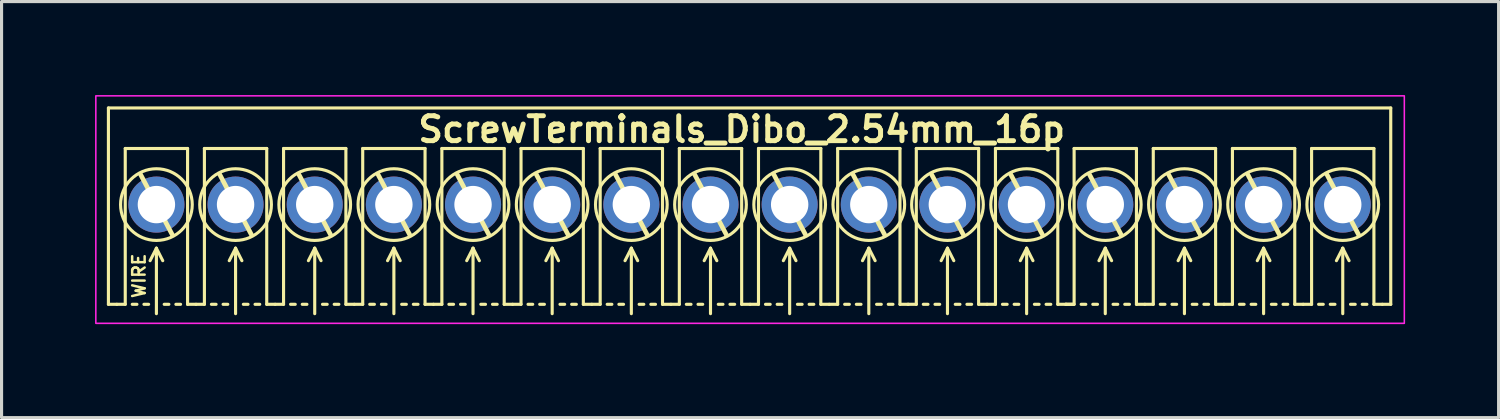
<source format=kicad_pcb>
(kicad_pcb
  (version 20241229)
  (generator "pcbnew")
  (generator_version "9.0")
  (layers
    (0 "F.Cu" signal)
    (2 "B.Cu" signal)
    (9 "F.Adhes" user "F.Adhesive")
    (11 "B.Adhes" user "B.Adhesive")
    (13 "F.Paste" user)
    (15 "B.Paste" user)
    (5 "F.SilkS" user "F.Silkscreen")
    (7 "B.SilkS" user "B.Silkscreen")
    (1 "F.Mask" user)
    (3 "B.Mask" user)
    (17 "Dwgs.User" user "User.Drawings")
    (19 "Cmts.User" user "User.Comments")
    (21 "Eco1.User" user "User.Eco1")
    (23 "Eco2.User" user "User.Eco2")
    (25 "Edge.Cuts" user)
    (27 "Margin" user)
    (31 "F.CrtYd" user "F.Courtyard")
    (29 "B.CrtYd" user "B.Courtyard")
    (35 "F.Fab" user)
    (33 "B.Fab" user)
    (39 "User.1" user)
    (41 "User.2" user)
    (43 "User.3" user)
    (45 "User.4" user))
  (footprint "ScrewTerminals_Dibo_2.54mm_16p"
    (layer "F.Cu")
    (at 21.019 3.515)
    (property "Reference" "ScrewTerminals_Dibo_2.54mm_16p" (at -0.27 -2.413 0) (unlocked yes) (layer "F.SilkS") (effects (font (size 0.8 0.8) (thickness 0.16) (bold yes))))
    (attr through_hole)
    (fp_line (start -20.59 -3.1) (end 20.558 -3.1) (stroke (width 0.1) (type default)) (layer "F.SilkS"))
    (fp_line (start -20.59 3.2) (end -20.59 -3.1) (stroke (width 0.1) (type default)) (layer "F.SilkS"))
    (fp_line (start -20.59 3.2) (end -20.32 3.2) (stroke (width 0.1) (type default)) (layer "F.SilkS"))
    (fp_line (start -20.32 3.2) (end -20.05 3.2) (stroke (width 0.1) (type default)) (layer "F.SilkS"))
    (fp_line (start -20.05 -1.8) (end -18.05 -1.8) (stroke (width 0.1) (type solid)) (layer "F.SilkS"))
    (fp_line (start -20.05 3.2) (end -20.05 -1.8) (stroke (width 0.1) (type solid)) (layer "F.SilkS"))
    (fp_line (start -19.825 3.2) (end -19.675 3.2) (stroke (width 0.1) (type default)) (layer "F.SilkS"))
    (fp_line (start -19.558 -0.965) (end -18.542 0.965) (stroke (width 0.15) (type default)) (layer "F.SilkS"))
    (fp_line (start -19.45 3.2) (end -19.3 3.2) (stroke (width 0.1) (type default)) (layer "F.SilkS"))
    (fp_line (start -19.05 1.4) (end -19.253 1.8) (stroke (width 0.1) (type default)) (layer "F.SilkS"))
    (fp_line (start -19.05 1.4) (end -18.847 1.8) (stroke (width 0.1) (type default)) (layer "F.SilkS"))
    (fp_line (start -19.05 3.5) (end -19.05 1.4) (stroke (width 0.1) (type default)) (layer "F.SilkS"))
    (fp_line (start -18.8 3.2) (end -18.65 3.2) (stroke (width 0.1) (type default)) (layer "F.SilkS"))
    (fp_line (start -18.425 3.2) (end -18.275 3.2) (stroke (width 0.1) (type default)) (layer "F.SilkS"))
    (fp_line (start -18.05 -1.8) (end -18.05 3.2) (stroke (width 0.1) (type solid)) (layer "F.SilkS"))
    (fp_line (start -18.05 3.2) (end -17.78 3.2) (stroke (width 0.1) (type default)) (layer "F.SilkS"))
    (fp_line (start -17.78 3.2) (end -17.51 3.2) (stroke (width 0.1) (type default)) (layer "F.SilkS"))
    (fp_line (start -17.51 -1.8) (end -15.51 -1.8) (stroke (width 0.1) (type solid)) (layer "F.SilkS"))
    (fp_line (start -17.51 3.2) (end -17.51 -1.8) (stroke (width 0.1) (type solid)) (layer "F.SilkS"))
    (fp_line (start -17.285 3.2) (end -17.135 3.2) (stroke (width 0.1) (type default)) (layer "F.SilkS"))
    (fp_line (start -17.018 -0.965) (end -16.002 0.965) (stroke (width 0.15) (type default)) (layer "F.SilkS"))
    (fp_line (start -16.91 3.2) (end -16.76 3.2) (stroke (width 0.1) (type default)) (layer "F.SilkS"))
    (fp_line (start -16.51 1.4) (end -16.713 1.8) (stroke (width 0.1) (type default)) (layer "F.SilkS"))
    (fp_line (start -16.51 1.4) (end -16.307 1.8) (stroke (width 0.1) (type default)) (layer "F.SilkS"))
    (fp_line (start -16.51 3.5) (end -16.51 1.4) (stroke (width 0.1) (type default)) (layer "F.SilkS"))
    (fp_line (start -16.26 3.2) (end -16.11 3.2) (stroke (width 0.1) (type default)) (layer "F.SilkS"))
    (fp_line (start -15.885 3.2) (end -15.735 3.2) (stroke (width 0.1) (type default)) (layer "F.SilkS"))
    (fp_line (start -15.51 -1.8) (end -15.51 3.2) (stroke (width 0.1) (type solid)) (layer "F.SilkS"))
    (fp_line (start -15.51 3.2) (end -15.24 3.2) (stroke (width 0.1) (type default)) (layer "F.SilkS"))
    (fp_line (start -15.24 3.2) (end -14.97 3.2) (stroke (width 0.1) (type default)) (layer "F.SilkS"))
    (fp_line (start -14.97 -1.8) (end -12.97 -1.8) (stroke (width 0.1) (type solid)) (layer "F.SilkS"))
    (fp_line (start -14.97 3.2) (end -14.97 -1.8) (stroke (width 0.1) (type solid)) (layer "F.SilkS"))
    (fp_line (start -14.745 3.2) (end -14.595 3.2) (stroke (width 0.1) (type default)) (layer "F.SilkS"))
    (fp_line (start -14.478 -0.965) (end -13.462 0.965) (stroke (width 0.15) (type default)) (layer "F.SilkS"))
    (fp_line (start -14.37 3.2) (end -14.22 3.2) (stroke (width 0.1) (type default)) (layer "F.SilkS"))
    (fp_line (start -13.97 1.4) (end -14.173 1.8) (stroke (width 0.1) (type default)) (layer "F.SilkS"))
    (fp_line (start -13.97 1.4) (end -13.767 1.8) (stroke (width 0.1) (type default)) (layer "F.SilkS"))
    (fp_line (start -13.97 3.5) (end -13.97 1.4) (stroke (width 0.1) (type default)) (layer "F.SilkS"))
    (fp_line (start -13.72 3.2) (end -13.57 3.2) (stroke (width 0.1) (type default)) (layer "F.SilkS"))
    (fp_line (start -13.345 3.2) (end -13.195 3.2) (stroke (width 0.1) (type default)) (layer "F.SilkS"))
    (fp_line (start -12.97 -1.8) (end -12.97 3.2) (stroke (width 0.1) (type solid)) (layer "F.SilkS"))
    (fp_line (start -12.97 3.2) (end -12.7 3.2) (stroke (width 0.1) (type default)) (layer "F.SilkS"))
    (fp_line (start -12.7 3.2) (end -12.43 3.2) (stroke (width 0.1) (type default)) (layer "F.SilkS"))
    (fp_line (start -12.43 -1.8) (end -10.43 -1.8) (stroke (width 0.1) (type solid)) (layer "F.SilkS"))
    (fp_line (start -12.43 3.2) (end -12.43 -1.8) (stroke (width 0.1) (type solid)) (layer "F.SilkS"))
    (fp_line (start -12.205 3.2) (end -12.055 3.2) (stroke (width 0.1) (type default)) (layer "F.SilkS"))
    (fp_line (start -11.938 -0.965) (end -10.922 0.965) (stroke (width 0.15) (type default)) (layer "F.SilkS"))
    (fp_line (start -11.83 3.2) (end -11.68 3.2) (stroke (width 0.1) (type default)) (layer "F.SilkS"))
    (fp_line (start -11.43 1.4) (end -11.633 1.8) (stroke (width 0.1) (type default)) (layer "F.SilkS"))
    (fp_line (start -11.43 1.4) (end -11.227 1.8) (stroke (width 0.1) (type default)) (layer "F.SilkS"))
    (fp_line (start -11.43 3.5) (end -11.43 1.4) (stroke (width 0.1) (type default)) (layer "F.SilkS"))
    (fp_line (start -11.18 3.2) (end -11.03 3.2) (stroke (width 0.1) (type default)) (layer "F.SilkS"))
    (fp_line (start -10.805 3.2) (end -10.655 3.2) (stroke (width 0.1) (type default)) (layer "F.SilkS"))
    (fp_line (start -10.43 -1.8) (end -10.43 3.2) (stroke (width 0.1) (type solid)) (layer "F.SilkS"))
    (fp_line (start -10.43 3.2) (end -10.16 3.2) (stroke (width 0.1) (type default)) (layer "F.SilkS"))
    (fp_line (start -10.16 3.2) (end -9.89 3.2) (stroke (width 0.1) (type default)) (layer "F.SilkS"))
    (fp_line (start -9.89 -1.8) (end -7.89 -1.8) (stroke (width 0.1) (type solid)) (layer "F.SilkS"))
    (fp_line (start -9.89 3.2) (end -9.89 -1.8) (stroke (width 0.1) (type solid)) (layer "F.SilkS"))
    (fp_line (start -9.665 3.2) (end -9.515 3.2) (stroke (width 0.1) (type default)) (layer "F.SilkS"))
    (fp_line (start -9.398 -0.965) (end -8.382 0.965) (stroke (width 0.15) (type default)) (layer "F.SilkS"))
    (fp_line (start -9.29 3.2) (end -9.14 3.2) (stroke (width 0.1) (type default)) (layer "F.SilkS"))
    (fp_line (start -8.89 1.4) (end -9.093 1.8) (stroke (width 0.1) (type default)) (layer "F.SilkS"))
    (fp_line (start -8.89 1.4) (end -8.687 1.8) (stroke (width 0.1) (type default)) (layer "F.SilkS"))
    (fp_line (start -8.89 3.5) (end -8.89 1.4) (stroke (width 0.1) (type default)) (layer "F.SilkS"))
    (fp_line (start -8.64 3.2) (end -8.49 3.2) (stroke (width 0.1) (type default)) (layer "F.SilkS"))
    (fp_line (start -8.265 3.2) (end -8.115 3.2) (stroke (width 0.1) (type default)) (layer "F.SilkS"))
    (fp_line (start -7.89 -1.8) (end -7.89 3.2) (stroke (width 0.1) (type solid)) (layer "F.SilkS"))
    (fp_line (start -7.89 3.2) (end -7.62 3.2) (stroke (width 0.1) (type default)) (layer "F.SilkS"))
    (fp_line (start -7.62 3.2) (end -7.35 3.2) (stroke (width 0.1) (type default)) (layer "F.SilkS"))
    (fp_line (start -7.35 -1.8) (end -5.35 -1.8) (stroke (width 0.1) (type solid)) (layer "F.SilkS"))
    (fp_line (start -7.35 3.2) (end -7.35 -1.8) (stroke (width 0.1) (type solid)) (layer "F.SilkS"))
    (fp_line (start -7.125 3.2) (end -6.975 3.2) (stroke (width 0.1) (type default)) (layer "F.SilkS"))
    (fp_line (start -6.858 -0.965) (end -5.842 0.965) (stroke (width 0.15) (type default)) (layer "F.SilkS"))
    (fp_line (start -6.75 3.2) (end -6.6 3.2) (stroke (width 0.1) (type default)) (layer "F.SilkS"))
    (fp_line (start -6.35 1.4) (end -6.553 1.8) (stroke (width 0.1) (type default)) (layer "F.SilkS"))
    (fp_line (start -6.35 1.4) (end -6.147 1.8) (stroke (width 0.1) (type default)) (layer "F.SilkS"))
    (fp_line (start -6.35 3.5) (end -6.35 1.4) (stroke (width 0.1) (type default)) (layer "F.SilkS"))
    (fp_line (start -6.1 3.2) (end -5.95 3.2) (stroke (width 0.1) (type default)) (layer "F.SilkS"))
    (fp_line (start -5.725 3.2) (end -5.575 3.2) (stroke (width 0.1) (type default)) (layer "F.SilkS"))
    (fp_line (start -5.35 -1.8) (end -5.35 3.2) (stroke (width 0.1) (type solid)) (layer "F.SilkS"))
    (fp_line (start -5.35 3.2) (end -5.08 3.2) (stroke (width 0.1) (type default)) (layer "F.SilkS"))
    (fp_line (start -5.08 3.2) (end -4.81 3.2) (stroke (width 0.1) (type default)) (layer "F.SilkS"))
    (fp_line (start -4.81 -1.8) (end -2.81 -1.8) (stroke (width 0.1) (type solid)) (layer "F.SilkS"))
    (fp_line (start -4.81 3.2) (end -4.81 -1.8) (stroke (width 0.1) (type solid)) (layer "F.SilkS"))
    (fp_line (start -4.585 3.2) (end -4.435 3.2) (stroke (width 0.1) (type default)) (layer "F.SilkS"))
    (fp_line (start -4.318 -0.965) (end -3.302 0.965) (stroke (width 0.15) (type default)) (layer "F.SilkS"))
    (fp_line (start -4.21 3.2) (end -4.06 3.2) (stroke (width 0.1) (type default)) (layer "F.SilkS"))
    (fp_line (start -3.81 1.4) (end -4.013 1.8) (stroke (width 0.1) (type default)) (layer "F.SilkS"))
    (fp_line (start -3.81 1.4) (end -3.607 1.8) (stroke (width 0.1) (type default)) (layer "F.SilkS"))
    (fp_line (start -3.81 3.5) (end -3.81 1.4) (stroke (width 0.1) (type default)) (layer "F.SilkS"))
    (fp_line (start -3.56 3.2) (end -3.41 3.2) (stroke (width 0.1) (type default)) (layer "F.SilkS"))
    (fp_line (start -3.185 3.2) (end -3.035 3.2) (stroke (width 0.1) (type default)) (layer "F.SilkS"))
    (fp_line (start -2.81 -1.8) (end -2.81 3.2) (stroke (width 0.1) (type solid)) (layer "F.SilkS"))
    (fp_line (start -2.81 3.2) (end -2.54 3.2) (stroke (width 0.1) (type default)) (layer "F.SilkS"))
    (fp_line (start -2.54 3.2) (end -2.27 3.2) (stroke (width 0.1) (type default)) (layer "F.SilkS"))
    (fp_line (start -2.27 -1.8) (end -0.27 -1.8) (stroke (width 0.1) (type solid)) (layer "F.SilkS"))
    (fp_line (start -2.27 3.2) (end -2.27 -1.8) (stroke (width 0.1) (type solid)) (layer "F.SilkS"))
    (fp_line (start -2.045 3.2) (end -1.895 3.2) (stroke (width 0.1) (type default)) (layer "F.SilkS"))
    (fp_line (start -1.778 -0.965) (end -0.762 0.965) (stroke (width 0.15) (type default)) (layer "F.SilkS"))
    (fp_line (start -1.67 3.2) (end -1.52 3.2) (stroke (width 0.1) (type default)) (layer "F.SilkS"))
    (fp_line (start -1.27 1.4) (end -1.473 1.8) (stroke (width 0.1) (type default)) (layer "F.SilkS"))
    (fp_line (start -1.27 1.4) (end -1.067 1.8) (stroke (width 0.1) (type default)) (layer "F.SilkS"))
    (fp_line (start -1.27 3.5) (end -1.27 1.4) (stroke (width 0.1) (type default)) (layer "F.SilkS"))
    (fp_line (start -1.02 3.2) (end -0.87 3.2) (stroke (width 0.1) (type default)) (layer "F.SilkS"))
    (fp_line (start -0.645 3.2) (end -0.495 3.2) (stroke (width 0.1) (type default)) (layer "F.SilkS"))
    (fp_line (start -0.27 -1.8) (end -0.27 3.2) (stroke (width 0.1) (type solid)) (layer "F.SilkS"))
    (fp_line (start -0.27 3.2) (end 0 3.2) (stroke (width 0.1) (type default)) (layer "F.SilkS"))
    (fp_line (start 0 3.2) (end 0.27 3.2) (stroke (width 0.1) (type default)) (layer "F.SilkS"))
    (fp_line (start 0.27 -1.8) (end 2.27 -1.8) (stroke (width 0.1) (type solid)) (layer "F.SilkS"))
    (fp_line (start 0.27 3.2) (end 0.27 -1.8) (stroke (width 0.1) (type solid)) (layer "F.SilkS"))
    (fp_line (start 0.495 3.2) (end 0.645 3.2) (stroke (width 0.1) (type default)) (layer "F.SilkS"))
    (fp_line (start 0.762 -0.965) (end 1.778 0.965) (stroke (width 0.15) (type default)) (layer "F.SilkS"))
    (fp_line (start 0.87 3.2) (end 1.02 3.2) (stroke (width 0.1) (type default)) (layer "F.SilkS"))
    (fp_line (start 1.27 1.4) (end 1.067 1.8) (stroke (width 0.1) (type default)) (layer "F.SilkS"))
    (fp_line (start 1.27 1.4) (end 1.473 1.8) (stroke (width 0.1) (type default)) (layer "F.SilkS"))
    (fp_line (start 1.27 3.5) (end 1.27 1.4) (stroke (width 0.1) (type default)) (layer "F.SilkS"))
    (fp_line (start 1.52 3.2) (end 1.67 3.2) (stroke (width 0.1) (type default)) (layer "F.SilkS"))
    (fp_line (start 1.895 3.2) (end 2.045 3.2) (stroke (width 0.1) (type default)) (layer "F.SilkS"))
    (fp_line (start 2.27 -1.8) (end 2.27 3.2) (stroke (width 0.1) (type solid)) (layer "F.SilkS"))
    (fp_line (start 2.27 3.2) (end 2.54 3.2) (stroke (width 0.1) (type default)) (layer "F.SilkS"))
    (fp_line (start 2.54 3.2) (end 2.81 3.2) (stroke (width 0.1) (type default)) (layer "F.SilkS"))
    (fp_line (start 2.81 -1.8) (end 4.81 -1.8) (stroke (width 0.1) (type solid)) (layer "F.SilkS"))
    (fp_line (start 2.81 3.2) (end 2.81 -1.8) (stroke (width 0.1) (type solid)) (layer "F.SilkS"))
    (fp_line (start 3.035 3.2) (end 3.185 3.2) (stroke (width 0.1) (type default)) (layer "F.SilkS"))
    (fp_line (start 3.302 -0.965) (end 4.318 0.965) (stroke (width 0.15) (type default)) (layer "F.SilkS"))
    (fp_line (start 3.41 3.2) (end 3.56 3.2) (stroke (width 0.1) (type default)) (layer "F.SilkS"))
    (fp_line (start 3.81 1.4) (end 3.607 1.8) (stroke (width 0.1) (type default)) (layer "F.SilkS"))
    (fp_line (start 3.81 1.4) (end 4.013 1.8) (stroke (width 0.1) (type default)) (layer "F.SilkS"))
    (fp_line (start 3.81 3.5) (end 3.81 1.4) (stroke (width 0.1) (type default)) (layer "F.SilkS"))
    (fp_line (start 4.06 3.2) (end 4.21 3.2) (stroke (width 0.1) (type default)) (layer "F.SilkS"))
    (fp_line (start 4.435 3.2) (end 4.585 3.2) (stroke (width 0.1) (type default)) (layer "F.SilkS"))
    (fp_line (start 4.81 -1.8) (end 4.81 3.2) (stroke (width 0.1) (type solid)) (layer "F.SilkS"))
    (fp_line (start 4.81 3.2) (end 5.08 3.2) (stroke (width 0.1) (type default)) (layer "F.SilkS"))
    (fp_line (start 5.064 3.2) (end 5.334 3.2) (stroke (width 0.1) (type default)) (layer "F.SilkS"))
    (fp_line (start 5.334 -1.8) (end 7.334 -1.8) (stroke (width 0.1) (type solid)) (layer "F.SilkS"))
    (fp_line (start 5.334 3.2) (end 5.334 -1.8) (stroke (width 0.1) (type solid)) (layer "F.SilkS"))
    (fp_line (start 5.559 3.2) (end 5.709 3.2) (stroke (width 0.1) (type default)) (layer "F.SilkS"))
    (fp_line (start 5.826 -0.965) (end 6.842 0.965) (stroke (width 0.15) (type default)) (layer "F.SilkS"))
    (fp_line (start 5.934 3.2) (end 6.084 3.2) (stroke (width 0.1) (type default)) (layer "F.SilkS"))
    (fp_line (start 6.334 1.4) (end 6.131 1.8) (stroke (width 0.1) (type default)) (layer "F.SilkS"))
    (fp_line (start 6.334 1.4) (end 6.537 1.8) (stroke (width 0.1) (type default)) (layer "F.SilkS"))
    (fp_line (start 6.334 3.5) (end 6.334 1.4) (stroke (width 0.1) (type default)) (layer "F.SilkS"))
    (fp_line (start 6.584 3.2) (end 6.734 3.2) (stroke (width 0.1) (type default)) (layer "F.SilkS"))
    (fp_line (start 6.959 3.2) (end 7.109 3.2) (stroke (width 0.1) (type default)) (layer "F.SilkS"))
    (fp_line (start 7.334 -1.8) (end 7.334 3.2) (stroke (width 0.1) (type solid)) (layer "F.SilkS"))
    (fp_line (start 7.334 3.2) (end 7.604 3.2) (stroke (width 0.1) (type default)) (layer "F.SilkS"))
    (fp_line (start 7.604 3.2) (end 7.874 3.2) (stroke (width 0.1) (type default)) (layer "F.SilkS"))
    (fp_line (start 7.874 -1.8) (end 9.874 -1.8) (stroke (width 0.1) (type solid)) (layer "F.SilkS"))
    (fp_line (start 7.874 3.2) (end 7.874 -1.8) (stroke (width 0.1) (type solid)) (layer "F.SilkS"))
    (fp_line (start 8.099 3.2) (end 8.249 3.2) (stroke (width 0.1) (type default)) (layer "F.SilkS"))
    (fp_line (start 8.366 -0.965) (end 9.382 0.965) (stroke (width 0.15) (type default)) (layer "F.SilkS"))
    (fp_line (start 8.474 3.2) (end 8.624 3.2) (stroke (width 0.1) (type default)) (layer "F.SilkS"))
    (fp_line (start 8.874 1.4) (end 8.671 1.8) (stroke (width 0.1) (type default)) (layer "F.SilkS"))
    (fp_line (start 8.874 1.4) (end 9.077 1.8) (stroke (width 0.1) (type default)) (layer "F.SilkS"))
    (fp_line (start 8.874 3.5) (end 8.874 1.4) (stroke (width 0.1) (type default)) (layer "F.SilkS"))
    (fp_line (start 9.124 3.2) (end 9.274 3.2) (stroke (width 0.1) (type default)) (layer "F.SilkS"))
    (fp_line (start 9.499 3.2) (end 9.649 3.2) (stroke (width 0.1) (type default)) (layer "F.SilkS"))
    (fp_line (start 9.874 -1.8) (end 9.874 3.2) (stroke (width 0.1) (type solid)) (layer "F.SilkS"))
    (fp_line (start 9.874 3.2) (end 10.144 3.2) (stroke (width 0.1) (type default)) (layer "F.SilkS"))
    (fp_line (start 10.128 3.2) (end 10.398 3.2) (stroke (width 0.1) (type default)) (layer "F.SilkS"))
    (fp_line (start 10.368 3.2) (end 10.128 3.2) (stroke (width 0.1) (type default)) (layer "F.SilkS"))
    (fp_line (start 10.398 -1.8) (end 12.398 -1.8) (stroke (width 0.1) (type solid)) (layer "F.SilkS"))
    (fp_line (start 10.398 3.2) (end 10.398 -1.8) (stroke (width 0.1) (type solid)) (layer "F.SilkS"))
    (fp_line (start 10.623 3.2) (end 10.773 3.2) (stroke (width 0.1) (type default)) (layer "F.SilkS"))
    (fp_line (start 10.89 -0.965) (end 11.906 0.965) (stroke (width 0.15) (type default)) (layer "F.SilkS"))
    (fp_line (start 10.998 3.2) (end 11.148 3.2) (stroke (width 0.1) (type default)) (layer "F.SilkS"))
    (fp_line (start 11.398 1.4) (end 11.195 1.8) (stroke (width 0.1) (type default)) (layer "F.SilkS"))
    (fp_line (start 11.398 1.4) (end 11.601 1.8) (stroke (width 0.1) (type default)) (layer "F.SilkS"))
    (fp_line (start 11.398 3.5) (end 11.398 1.4) (stroke (width 0.1) (type default)) (layer "F.SilkS"))
    (fp_line (start 11.648 3.2) (end 11.798 3.2) (stroke (width 0.1) (type default)) (layer "F.SilkS"))
    (fp_line (start 12.023 3.2) (end 12.173 3.2) (stroke (width 0.1) (type default)) (layer "F.SilkS"))
    (fp_line (start 12.398 -1.8) (end 12.398 3.2) (stroke (width 0.1) (type solid)) (layer "F.SilkS"))
    (fp_line (start 12.398 3.2) (end 12.668 3.2) (stroke (width 0.1) (type default)) (layer "F.SilkS"))
    (fp_line (start 12.668 3.2) (end 12.938 3.2) (stroke (width 0.1) (type default)) (layer "F.SilkS"))
    (fp_line (start 12.938 -1.8) (end 14.938 -1.8) (stroke (width 0.1) (type solid)) (layer "F.SilkS"))
    (fp_line (start 12.938 3.2) (end 12.938 -1.8) (stroke (width 0.1) (type solid)) (layer "F.SilkS"))
    (fp_line (start 13.163 3.2) (end 13.313 3.2) (stroke (width 0.1) (type default)) (layer "F.SilkS"))
    (fp_line (start 13.43 -0.965) (end 14.446 0.965) (stroke (width 0.15) (type default)) (layer "F.SilkS"))
    (fp_line (start 13.538 3.2) (end 13.688 3.2) (stroke (width 0.1) (type default)) (layer "F.SilkS"))
    (fp_line (start 13.938 1.4) (end 13.735 1.8) (stroke (width 0.1) (type default)) (layer "F.SilkS"))
    (fp_line (start 13.938 1.4) (end 14.141 1.8) (stroke (width 0.1) (type default)) (layer "F.SilkS"))
    (fp_line (start 13.938 3.5) (end 13.938 1.4) (stroke (width 0.1) (type default)) (layer "F.SilkS"))
    (fp_line (start 14.188 3.2) (end 14.338 3.2) (stroke (width 0.1) (type default)) (layer "F.SilkS"))
    (fp_line (start 14.563 3.2) (end 14.713 3.2) (stroke (width 0.1) (type default)) (layer "F.SilkS"))
    (fp_line (start 14.938 -1.8) (end 14.938 3.2) (stroke (width 0.1) (type solid)) (layer "F.SilkS"))
    (fp_line (start 14.938 3.2) (end 15.208 3.2) (stroke (width 0.1) (type default)) (layer "F.SilkS"))
    (fp_line (start 15.208 3.2) (end 15.478 3.2) (stroke (width 0.1) (type default)) (layer "F.SilkS"))
    (fp_line (start 15.478 -1.8) (end 17.478 -1.8) (stroke (width 0.1) (type solid)) (layer "F.SilkS"))
    (fp_line (start 15.478 3.2) (end 15.478 -1.8) (stroke (width 0.1) (type solid)) (layer "F.SilkS"))
    (fp_line (start 15.703 3.2) (end 15.853 3.2) (stroke (width 0.1) (type default)) (layer "F.SilkS"))
    (fp_line (start 15.97 -0.965) (end 16.986 0.965) (stroke (width 0.15) (type default)) (layer "F.SilkS"))
    (fp_line (start 16.078 3.2) (end 16.228 3.2) (stroke (width 0.1) (type default)) (layer "F.SilkS"))
    (fp_line (start 16.478 1.4) (end 16.275 1.8) (stroke (width 0.1) (type default)) (layer "F.SilkS"))
    (fp_line (start 16.478 1.4) (end 16.681 1.8) (stroke (width 0.1) (type default)) (layer "F.SilkS"))
    (fp_line (start 16.478 3.5) (end 16.478 1.4) (stroke (width 0.1) (type default)) (layer "F.SilkS"))
    (fp_line (start 16.728 3.2) (end 16.878 3.2) (stroke (width 0.1) (type default)) (layer "F.SilkS"))
    (fp_line (start 17.103 3.2) (end 17.253 3.2) (stroke (width 0.1) (type default)) (layer "F.SilkS"))
    (fp_line (start 17.478 -1.8) (end 17.478 3.2) (stroke (width 0.1) (type solid)) (layer "F.SilkS"))
    (fp_line (start 17.478 3.2) (end 17.748 3.2) (stroke (width 0.1) (type default)) (layer "F.SilkS"))
    (fp_line (start 17.748 3.2) (end 18.018 3.2) (stroke (width 0.1) (type default)) (layer "F.SilkS"))
    (fp_line (start 18.018 -1.8) (end 20.018 -1.8) (stroke (width 0.1) (type solid)) (layer "F.SilkS"))
    (fp_line (start 18.018 3.2) (end 18.018 -1.8) (stroke (width 0.1) (type solid)) (layer "F.SilkS"))
    (fp_line (start 18.243 3.2) (end 18.393 3.2) (stroke (width 0.1) (type default)) (layer "F.SilkS"))
    (fp_line (start 18.51 -0.965) (end 19.526 0.965) (stroke (width 0.15) (type default)) (layer "F.SilkS"))
    (fp_line (start 18.618 3.2) (end 18.768 3.2) (stroke (width 0.1) (type default)) (layer "F.SilkS"))
    (fp_line (start 19.018 1.4) (end 18.815 1.8) (stroke (width 0.1) (type default)) (layer "F.SilkS"))
    (fp_line (start 19.018 1.4) (end 19.221 1.8) (stroke (width 0.1) (type default)) (layer "F.SilkS"))
    (fp_line (start 19.018 3.5) (end 19.018 1.4) (stroke (width 0.1) (type default)) (layer "F.SilkS"))
    (fp_line (start 19.268 3.2) (end 19.418 3.2) (stroke (width 0.1) (type default)) (layer "F.SilkS"))
    (fp_line (start 19.643 3.2) (end 19.793 3.2) (stroke (width 0.1) (type default)) (layer "F.SilkS"))
    (fp_line (start 20.018 -1.8) (end 20.018 3.2) (stroke (width 0.1) (type solid)) (layer "F.SilkS"))
    (fp_line (start 20.018 3.2) (end 20.288 3.2) (stroke (width 0.1) (type default)) (layer "F.SilkS"))
    (fp_line (start 20.288 3.2) (end 20.558 3.2) (stroke (width 0.1) (type default)) (layer "F.SilkS"))
    (fp_line (start 20.558 3.2) (end 20.558 -3.1) (stroke (width 0.1) (type default)) (layer "F.SilkS"))
    (fp_circle (center -19.05 0) (end -20.2 0) (stroke (width 0.1) (type default)) (fill no) (layer "F.SilkS"))
    (fp_circle (center -16.51 0) (end -17.66 0) (stroke (width 0.1) (type default)) (fill no) (layer "F.SilkS"))
    (fp_circle (center -13.97 0) (end -15.12 0) (stroke (width 0.1) (type default)) (fill no) (layer "F.SilkS"))
    (fp_circle (center -11.43 0) (end -12.58 0) (stroke (width 0.1) (type default)) (fill no) (layer "F.SilkS"))
    (fp_circle (center -8.89 0) (end -10.04 0) (stroke (width 0.1) (type default)) (fill no) (layer "F.SilkS"))
    (fp_circle (center -6.35 0) (end -7.5 0) (stroke (width 0.1) (type default)) (fill no) (layer "F.SilkS"))
    (fp_circle (center -3.81 0) (end -4.96 0) (stroke (width 0.1) (type default)) (fill no) (layer "F.SilkS"))
    (fp_circle (center -1.27 0) (end -2.42 0) (stroke (width 0.1) (type default)) (fill no) (layer "F.SilkS"))
    (fp_circle (center 1.27 0) (end 0.12 0) (stroke (width 0.1) (type default)) (fill no) (layer "F.SilkS"))
    (fp_circle (center 3.81 0) (end 2.66 0) (stroke (width 0.1) (type default)) (fill no) (layer "F.SilkS"))
    (fp_circle (center 6.334 0) (end 5.184 0) (stroke (width 0.1) (type default)) (fill no) (layer "F.SilkS"))
    (fp_circle (center 8.874 0) (end 7.724 0) (stroke (width 0.1) (type default)) (fill no) (layer "F.SilkS"))
    (fp_circle (center 11.398 0) (end 10.248 0) (stroke (width 0.1) (type default)) (fill no) (layer "F.SilkS"))
    (fp_circle (center 13.938 0) (end 12.788 0) (stroke (width 0.1) (type default)) (fill no) (layer "F.SilkS"))
    (fp_circle (center 16.478 0) (end 15.328 0) (stroke (width 0.1) (type default)) (fill no) (layer "F.SilkS"))
    (fp_circle (center 19.018 0) (end 17.868 0) (stroke (width 0.1) (type default)) (fill no) (layer "F.SilkS"))
    (fp_rect (start -20.994 -3.49) (end 20.994 3.81) (stroke (width 0.05) (type default)) (fill no) (layer "F.CrtYd"))
    (fp_text user "WIRE" (at -19.609 2.286 90) (unlocked yes) (layer "F.SilkS") (effects (font (size 0.4 0.4) (thickness 0.08) (bold yes))))
    (pad "1" thru_hole circle (at -19.05 0) (size 1.8 1.8) (drill 1.2) (layers "*.Cu" "*.Mask"))
    (pad "2" thru_hole circle (at -16.51 0) (size 1.8 1.8) (drill 1.2) (layers "*.Cu" "*.Mask"))
    (pad "3" thru_hole circle (at -13.97 0) (size 1.8 1.8) (drill 1.2) (layers "*.Cu" "*.Mask"))
    (pad "4" thru_hole circle (at -11.43 0) (size 1.8 1.8) (drill 1.2) (layers "*.Cu" "*.Mask"))
    (pad "5" thru_hole circle (at -8.89 0) (size 1.8 1.8) (drill 1.2) (layers "*.Cu" "*.Mask"))
    (pad "6" thru_hole circle (at -6.35 0) (size 1.8 1.8) (drill 1.2) (layers "*.Cu" "*.Mask"))
    (pad "7" thru_hole circle (at -3.81 0) (size 1.8 1.8) (drill 1.2) (layers "*.Cu" "*.Mask"))
    (pad "8" thru_hole circle (at -1.27 0) (size 1.8 1.8) (drill 1.2) (layers "*.Cu" "*.Mask"))
    (pad "9" thru_hole circle (at 1.27 0) (size 1.8 1.8) (drill 1.2) (layers "*.Cu" "*.Mask"))
    (pad "10" thru_hole circle (at 3.81 0) (size 1.8 1.8) (drill 1.2) (layers "*.Cu" "*.Mask"))
    (pad "11" thru_hole circle (at 6.33 0) (size 1.8 1.8) (drill 1.2) (layers "*.Cu" "*.Mask"))
    (pad "12" thru_hole circle (at 8.87 0) (size 1.8 1.8) (drill 1.2) (layers "*.Cu" "*.Mask"))
    (pad "13" thru_hole circle (at 11.398 0) (size 1.8 1.8) (drill 1.2) (layers "*.Cu" "*.Mask"))
    (pad "14" thru_hole circle (at 13.938 0) (size 1.8 1.8) (drill 1.2) (layers "*.Cu" "*.Mask"))
    (pad "15" thru_hole circle (at 16.478 0) (size 1.8 1.8) (drill 1.2) (layers "*.Cu" "*.Mask"))
    (pad "16" thru_hole circle (at 19.018 0) (size 1.8 1.8) (drill 1.2) (layers "*.Cu" "*.Mask")))
  (gr_rect
    (start -3 -3)
    (end 45.038 10.35)
    (stroke (width 0.1) (type default))
    (fill no)
    (layer "Edge.Cuts")))
</source>
